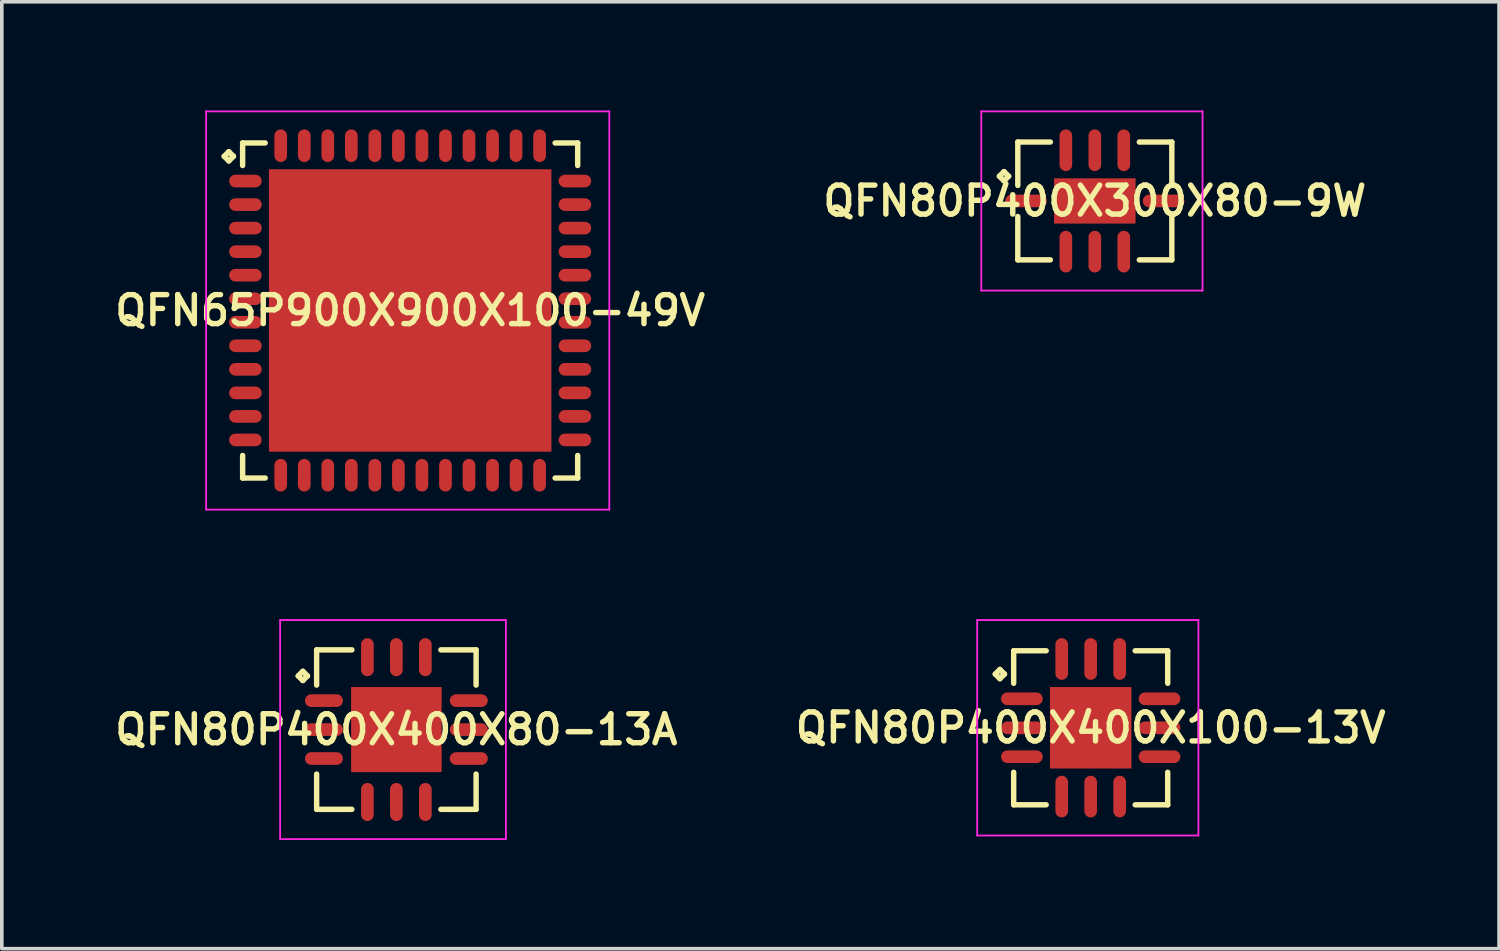
<source format=kicad_pcb>
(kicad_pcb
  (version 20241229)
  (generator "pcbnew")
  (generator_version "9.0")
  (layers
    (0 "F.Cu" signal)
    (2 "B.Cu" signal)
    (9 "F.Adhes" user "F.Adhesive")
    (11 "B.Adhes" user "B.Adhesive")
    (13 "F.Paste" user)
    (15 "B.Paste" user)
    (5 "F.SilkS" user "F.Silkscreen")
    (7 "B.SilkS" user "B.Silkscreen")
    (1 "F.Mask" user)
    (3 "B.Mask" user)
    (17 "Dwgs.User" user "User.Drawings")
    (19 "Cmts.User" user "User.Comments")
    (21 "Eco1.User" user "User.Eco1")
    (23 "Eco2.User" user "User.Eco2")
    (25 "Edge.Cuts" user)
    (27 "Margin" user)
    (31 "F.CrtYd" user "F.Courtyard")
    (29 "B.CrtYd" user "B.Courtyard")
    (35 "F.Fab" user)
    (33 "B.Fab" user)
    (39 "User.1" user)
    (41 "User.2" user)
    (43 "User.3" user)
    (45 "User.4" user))
  (footprint "QFN80P400X400X100-13V"
    (layer "F.Cu")
    (at 27.073 17.05)
    (property "Reference" "QFN80P400X400X100-13V" (at 0 0 0) (layer "F.SilkS") (effects (font (size 0.8 0.8) (thickness 0.15))))
    (attr smd)
    (fp_line (start -2.635 -1.483) (end -2.508 -1.61) (stroke (width 0.15) (type solid)) (layer "F.SilkS"))
    (fp_line (start -2.508 -1.61) (end -2.381 -1.483) (stroke (width 0.15) (type solid)) (layer "F.SilkS"))
    (fp_line (start -2.508 -1.356) (end -2.635 -1.483) (stroke (width 0.15) (type solid)) (layer "F.SilkS"))
    (fp_line (start -2.381 -1.483) (end -2.508 -1.356) (stroke (width 0.15) (type solid)) (layer "F.SilkS"))
    (fp_line (start -2.127 -2.127) (end -1.229 -2.127) (stroke (width 0.15) (type solid)) (layer "F.SilkS"))
    (fp_line (start -2.127 -1.229) (end -2.127 -2.127) (stroke (width 0.15) (type solid)) (layer "F.SilkS"))
    (fp_line (start -2.127 1.229) (end -2.127 2.127) (stroke (width 0.15) (type solid)) (layer "F.SilkS"))
    (fp_line (start -2.127 2.127) (end -1.229 2.127) (stroke (width 0.15) (type solid)) (layer "F.SilkS"))
    (fp_line (start 1.229 -2.127) (end 2.127 -2.127) (stroke (width 0.15) (type solid)) (layer "F.SilkS"))
    (fp_line (start 1.229 2.127) (end 2.127 2.127) (stroke (width 0.15) (type solid)) (layer "F.SilkS"))
    (fp_line (start 2.127 -2.127) (end 2.127 -1.229) (stroke (width 0.15) (type solid)) (layer "F.SilkS"))
    (fp_line (start 2.127 2.127) (end 2.127 1.229) (stroke (width 0.15) (type solid)) (layer "F.SilkS"))
    (fp_line (start -3.135 -2.975) (end 2.975 -2.975) (stroke (width 0.05) (type solid)) (layer "F.CrtYd"))
    (fp_line (start -3.135 2.975) (end -3.135 -2.975) (stroke (width 0.05) (type solid)) (layer "F.CrtYd"))
    (fp_line (start 2.975 -2.975) (end 2.975 2.975) (stroke (width 0.05) (type solid)) (layer "F.CrtYd"))
    (fp_line (start 2.975 2.975) (end -3.135 2.975) (stroke (width 0.05) (type solid)) (layer "F.CrtYd"))
    (pad "1" smd oval (at -1.9 -0.8) (size 1.15 0.35) (layers "F.Cu" "F.Mask" "F.Paste"))
    (pad "2" smd oval (at -1.9 0) (size 1.15 0.35) (layers "F.Cu" "F.Mask" "F.Paste"))
    (pad "3" smd oval (at -1.9 0.8) (size 1.15 0.35) (layers "F.Cu" "F.Mask" "F.Paste"))
    (pad "4" smd oval (at -0.8 1.9) (size 0.35 1.15) (layers "F.Cu" "F.Mask" "F.Paste"))
    (pad "5" smd oval (at 0 1.9) (size 0.35 1.15) (layers "F.Cu" "F.Mask" "F.Paste"))
    (pad "6" smd oval (at 0.8 1.9) (size 0.35 1.15) (layers "F.Cu" "F.Mask" "F.Paste"))
    (pad "7" smd oval (at 1.9 0.8) (size 1.15 0.35) (layers "F.Cu" "F.Mask" "F.Paste"))
    (pad "8" smd oval (at 1.9 0) (size 1.15 0.35) (layers "F.Cu" "F.Mask" "F.Paste"))
    (pad "9" smd oval (at 1.9 -0.8) (size 1.15 0.35) (layers "F.Cu" "F.Mask" "F.Paste"))
    (pad "10" smd oval (at 0.8 -1.9) (size 0.35 1.15) (layers "F.Cu" "F.Mask" "F.Paste"))
    (pad "11" smd oval (at 0 -1.9) (size 0.35 1.15) (layers "F.Cu" "F.Mask" "F.Paste"))
    (pad "12" smd oval (at -0.8 -1.9) (size 0.35 1.15) (layers "F.Cu" "F.Mask" "F.Paste"))
    (pad "13" smd rect (at 0 0) (size 2.25 2.25) (layers "F.Cu" "F.Mask" "F.Paste")))
  (footprint "QFN80P400X400X80-13A"
    (layer "F.Cu")
    (at 7.897 17.1)
    (property "Reference" "QFN80P400X400X80-13A" (at 0 0 0) (layer "F.SilkS") (effects (font (size 0.8 0.8) (thickness 0.15))))
    (attr smd)
    (fp_line (start -2.71 -1.483) (end -2.583 -1.61) (stroke (width 0.15) (type solid)) (layer "F.SilkS"))
    (fp_line (start -2.583 -1.61) (end -2.456 -1.483) (stroke (width 0.15) (type solid)) (layer "F.SilkS"))
    (fp_line (start -2.583 -1.356) (end -2.71 -1.483) (stroke (width 0.15) (type solid)) (layer "F.SilkS"))
    (fp_line (start -2.456 -1.483) (end -2.583 -1.356) (stroke (width 0.15) (type solid)) (layer "F.SilkS"))
    (fp_line (start -2.202 -2.202) (end -1.229 -2.202) (stroke (width 0.15) (type solid)) (layer "F.SilkS"))
    (fp_line (start -2.202 -1.229) (end -2.202 -2.202) (stroke (width 0.15) (type solid)) (layer "F.SilkS"))
    (fp_line (start -2.202 1.229) (end -2.202 2.202) (stroke (width 0.15) (type solid)) (layer "F.SilkS"))
    (fp_line (start -2.202 2.202) (end -1.229 2.202) (stroke (width 0.15) (type solid)) (layer "F.SilkS"))
    (fp_line (start 1.229 -2.202) (end 2.202 -2.202) (stroke (width 0.15) (type solid)) (layer "F.SilkS"))
    (fp_line (start 1.229 2.202) (end 2.202 2.202) (stroke (width 0.15) (type solid)) (layer "F.SilkS"))
    (fp_line (start 2.202 -2.202) (end 2.202 -1.229) (stroke (width 0.15) (type solid)) (layer "F.SilkS"))
    (fp_line (start 2.202 2.202) (end 2.202 1.229) (stroke (width 0.15) (type solid)) (layer "F.SilkS"))
    (fp_line (start -3.21 -3.025) (end 3.025 -3.025) (stroke (width 0.05) (type solid)) (layer "F.CrtYd"))
    (fp_line (start -3.21 3.025) (end -3.21 -3.025) (stroke (width 0.05) (type solid)) (layer "F.CrtYd"))
    (fp_line (start 3.025 -3.025) (end 3.025 3.025) (stroke (width 0.05) (type solid)) (layer "F.CrtYd"))
    (fp_line (start 3.025 3.025) (end -3.21 3.025) (stroke (width 0.05) (type solid)) (layer "F.CrtYd"))
    (pad "1" smd oval (at -2 -0.8) (size 1.05 0.35) (layers "F.Cu" "F.Mask" "F.Paste"))
    (pad "2" smd oval (at -2 0) (size 1.05 0.35) (layers "F.Cu" "F.Mask" "F.Paste"))
    (pad "3" smd oval (at -2 0.8) (size 1.05 0.35) (layers "F.Cu" "F.Mask" "F.Paste"))
    (pad "4" smd oval (at -0.8 2) (size 0.35 1.05) (layers "F.Cu" "F.Mask" "F.Paste"))
    (pad "5" smd oval (at 0 2) (size 0.35 1.05) (layers "F.Cu" "F.Mask" "F.Paste"))
    (pad "6" smd oval (at 0.8 2) (size 0.35 1.05) (layers "F.Cu" "F.Mask" "F.Paste"))
    (pad "7" smd oval (at 2 0.8) (size 1.05 0.35) (layers "F.Cu" "F.Mask" "F.Paste"))
    (pad "8" smd oval (at 2 0) (size 1.05 0.35) (layers "F.Cu" "F.Mask" "F.Paste"))
    (pad "9" smd oval (at 2 -0.8) (size 1.05 0.35) (layers "F.Cu" "F.Mask" "F.Paste"))
    (pad "10" smd oval (at 0.8 -2) (size 0.35 1.05) (layers "F.Cu" "F.Mask" "F.Paste"))
    (pad "11" smd oval (at 0 -2) (size 0.35 1.05) (layers "F.Cu" "F.Mask" "F.Paste"))
    (pad "12" smd oval (at -0.8 -2) (size 0.35 1.05) (layers "F.Cu" "F.Mask" "F.Paste"))
    (pad "13" smd rect (at 0 0) (size 2.5 2.35) (layers "F.Cu" "F.Mask" "F.Paste")))
  (footprint "QFN80P400X300X80-9W"
    (layer "F.Cu")
    (at 27.187 2.5)
    (property "Reference" "QFN80P400X300X80-9W" (at 0 0 0) (layer "F.SilkS") (effects (font (size 0.8 0.8) (thickness 0.15))))
    (attr smd)
    (fp_line (start -2.635 -0.683) (end -2.508 -0.81) (stroke (width 0.15) (type solid)) (layer "F.SilkS"))
    (fp_line (start -2.508 -0.81) (end -2.381 -0.683) (stroke (width 0.15) (type solid)) (layer "F.SilkS"))
    (fp_line (start -2.508 -0.556) (end -2.635 -0.683) (stroke (width 0.15) (type solid)) (layer "F.SilkS"))
    (fp_line (start -2.381 -0.683) (end -2.508 -0.556) (stroke (width 0.15) (type solid)) (layer "F.SilkS"))
    (fp_line (start -2.127 -1.627) (end -1.229 -1.627) (stroke (width 0.15) (type solid)) (layer "F.SilkS"))
    (fp_line (start -2.127 -0.429) (end -2.127 -1.627) (stroke (width 0.15) (type solid)) (layer "F.SilkS"))
    (fp_line (start -2.127 0.429) (end -2.127 1.627) (stroke (width 0.15) (type solid)) (layer "F.SilkS"))
    (fp_line (start -2.127 1.627) (end -1.229 1.627) (stroke (width 0.15) (type solid)) (layer "F.SilkS"))
    (fp_line (start 1.229 -1.627) (end 2.127 -1.627) (stroke (width 0.15) (type solid)) (layer "F.SilkS"))
    (fp_line (start 1.229 1.627) (end 2.127 1.627) (stroke (width 0.15) (type solid)) (layer "F.SilkS"))
    (fp_line (start 2.127 -1.627) (end 2.127 -0.429) (stroke (width 0.15) (type solid)) (layer "F.SilkS"))
    (fp_line (start 2.127 1.627) (end 2.127 0.429) (stroke (width 0.15) (type solid)) (layer "F.SilkS"))
    (fp_line (start -3.135 -2.475) (end 2.975 -2.475) (stroke (width 0.05) (type solid)) (layer "F.CrtYd"))
    (fp_line (start -3.135 2.475) (end -3.135 -2.475) (stroke (width 0.05) (type solid)) (layer "F.CrtYd"))
    (fp_line (start 2.975 -2.475) (end 2.975 2.475) (stroke (width 0.05) (type solid)) (layer "F.CrtYd"))
    (fp_line (start 2.975 2.475) (end -3.135 2.475) (stroke (width 0.05) (type solid)) (layer "F.CrtYd"))
    (pad "1" smd oval (at -1.9 0) (size 1.15 0.35) (layers "F.Cu" "F.Mask" "F.Paste"))
    (pad "2" smd oval (at -0.8 1.4) (size 0.35 1.15) (layers "F.Cu" "F.Mask" "F.Paste"))
    (pad "3" smd oval (at 0 1.4) (size 0.35 1.15) (layers "F.Cu" "F.Mask" "F.Paste"))
    (pad "4" smd oval (at 0.8 1.4) (size 0.35 1.15) (layers "F.Cu" "F.Mask" "F.Paste"))
    (pad "5" smd oval (at 1.9 0) (size 1.15 0.35) (layers "F.Cu" "F.Mask" "F.Paste"))
    (pad "6" smd oval (at 0.8 -1.4) (size 0.35 1.15) (layers "F.Cu" "F.Mask" "F.Paste"))
    (pad "7" smd oval (at 0 -1.4) (size 0.35 1.15) (layers "F.Cu" "F.Mask" "F.Paste"))
    (pad "8" smd oval (at -0.8 -1.4) (size 0.35 1.15) (layers "F.Cu" "F.Mask" "F.Paste"))
    (pad "9" smd rect (at 0 0) (size 2.25 1.25) (layers "F.Cu" "F.Mask" "F.Paste")))
  (footprint "QFN65P900X900X100-49V"
    (layer "F.Cu")
    (at 8.278 5.525)
    (property "Reference" "QFN65P900X900X100-49V" (at 0 0 0) (layer "F.SilkS") (effects (font (size 0.8 0.8) (thickness 0.15))))
    (attr smd)
    (fp_line (start -5.135 -4.258) (end -5.008 -4.385) (stroke (width 0.15) (type solid)) (layer "F.SilkS"))
    (fp_line (start -5.008 -4.385) (end -4.881 -4.258) (stroke (width 0.15) (type solid)) (layer "F.SilkS"))
    (fp_line (start -5.008 -4.131) (end -5.135 -4.258) (stroke (width 0.15) (type solid)) (layer "F.SilkS"))
    (fp_line (start -4.881 -4.258) (end -5.008 -4.131) (stroke (width 0.15) (type solid)) (layer "F.SilkS"))
    (fp_line (start -4.627 -4.627) (end -4.004 -4.627) (stroke (width 0.15) (type solid)) (layer "F.SilkS"))
    (fp_line (start -4.627 -4.004) (end -4.627 -4.627) (stroke (width 0.15) (type solid)) (layer "F.SilkS"))
    (fp_line (start -4.627 4.004) (end -4.627 4.627) (stroke (width 0.15) (type solid)) (layer "F.SilkS"))
    (fp_line (start -4.627 4.627) (end -4.004 4.627) (stroke (width 0.15) (type solid)) (layer "F.SilkS"))
    (fp_line (start 4.004 -4.627) (end 4.627 -4.627) (stroke (width 0.15) (type solid)) (layer "F.SilkS"))
    (fp_line (start 4.004 4.627) (end 4.627 4.627) (stroke (width 0.15) (type solid)) (layer "F.SilkS"))
    (fp_line (start 4.627 -4.627) (end 4.627 -4.004) (stroke (width 0.15) (type solid)) (layer "F.SilkS"))
    (fp_line (start 4.627 4.627) (end 4.627 4.004) (stroke (width 0.15) (type solid)) (layer "F.SilkS"))
    (fp_line (start -5.635 -5.5) (end 5.5 -5.5) (stroke (width 0.05) (type solid)) (layer "F.CrtYd"))
    (fp_line (start -5.635 5.5) (end -5.635 -5.5) (stroke (width 0.05) (type solid)) (layer "F.CrtYd"))
    (fp_line (start 5.5 -5.5) (end 5.5 5.5) (stroke (width 0.05) (type solid)) (layer "F.CrtYd"))
    (fp_line (start 5.5 5.5) (end -5.635 5.5) (stroke (width 0.05) (type solid)) (layer "F.CrtYd"))
    (pad "1" smd oval (at -4.55 -3.575) (size 0.9 0.35) (layers "F.Cu" "F.Mask" "F.Paste"))
    (pad "2" smd oval (at -4.55 -2.925) (size 0.9 0.35) (layers "F.Cu" "F.Mask" "F.Paste"))
    (pad "3" smd oval (at -4.55 -2.275) (size 0.9 0.35) (layers "F.Cu" "F.Mask" "F.Paste"))
    (pad "4" smd oval (at -4.55 -1.625) (size 0.9 0.35) (layers "F.Cu" "F.Mask" "F.Paste"))
    (pad "5" smd oval (at -4.55 -0.975) (size 0.9 0.35) (layers "F.Cu" "F.Mask" "F.Paste"))
    (pad "6" smd oval (at -4.55 -0.325) (size 0.9 0.35) (layers "F.Cu" "F.Mask" "F.Paste"))
    (pad "7" smd oval (at -4.55 0.325) (size 0.9 0.35) (layers "F.Cu" "F.Mask" "F.Paste"))
    (pad "8" smd oval (at -4.55 0.975) (size 0.9 0.35) (layers "F.Cu" "F.Mask" "F.Paste"))
    (pad "9" smd oval (at -4.55 1.625) (size 0.9 0.35) (layers "F.Cu" "F.Mask" "F.Paste"))
    (pad "10" smd oval (at -4.55 2.275) (size 0.9 0.35) (layers "F.Cu" "F.Mask" "F.Paste"))
    (pad "11" smd oval (at -4.55 2.925) (size 0.9 0.35) (layers "F.Cu" "F.Mask" "F.Paste"))
    (pad "12" smd oval (at -4.55 3.575) (size 0.9 0.35) (layers "F.Cu" "F.Mask" "F.Paste"))
    (pad "13" smd oval (at -3.575 4.55) (size 0.35 0.9) (layers "F.Cu" "F.Mask" "F.Paste"))
    (pad "14" smd oval (at -2.925 4.55) (size 0.35 0.9) (layers "F.Cu" "F.Mask" "F.Paste"))
    (pad "15" smd oval (at -2.275 4.55) (size 0.35 0.9) (layers "F.Cu" "F.Mask" "F.Paste"))
    (pad "16" smd oval (at -1.625 4.55) (size 0.35 0.9) (layers "F.Cu" "F.Mask" "F.Paste"))
    (pad "17" smd oval (at -0.975 4.55) (size 0.35 0.9) (layers "F.Cu" "F.Mask" "F.Paste"))
    (pad "18" smd oval (at -0.325 4.55) (size 0.35 0.9) (layers "F.Cu" "F.Mask" "F.Paste"))
    (pad "19" smd oval (at 0.325 4.55) (size 0.35 0.9) (layers "F.Cu" "F.Mask" "F.Paste"))
    (pad "20" smd oval (at 0.975 4.55) (size 0.35 0.9) (layers "F.Cu" "F.Mask" "F.Paste"))
    (pad "21" smd oval (at 1.625 4.55) (size 0.35 0.9) (layers "F.Cu" "F.Mask" "F.Paste"))
    (pad "22" smd oval (at 2.275 4.55) (size 0.35 0.9) (layers "F.Cu" "F.Mask" "F.Paste"))
    (pad "23" smd oval (at 2.925 4.55) (size 0.35 0.9) (layers "F.Cu" "F.Mask" "F.Paste"))
    (pad "24" smd oval (at 3.575 4.55) (size 0.35 0.9) (layers "F.Cu" "F.Mask" "F.Paste"))
    (pad "25" smd oval (at 4.55 3.575) (size 0.9 0.35) (layers "F.Cu" "F.Mask" "F.Paste"))
    (pad "26" smd oval (at 4.55 2.925) (size 0.9 0.35) (layers "F.Cu" "F.Mask" "F.Paste"))
    (pad "27" smd oval (at 4.55 2.275) (size 0.9 0.35) (layers "F.Cu" "F.Mask" "F.Paste"))
    (pad "28" smd oval (at 4.55 1.625) (size 0.9 0.35) (layers "F.Cu" "F.Mask" "F.Paste"))
    (pad "29" smd oval (at 4.55 0.975) (size 0.9 0.35) (layers "F.Cu" "F.Mask" "F.Paste"))
    (pad "30" smd oval (at 4.55 0.325) (size 0.9 0.35) (layers "F.Cu" "F.Mask" "F.Paste"))
    (pad "31" smd oval (at 4.55 -0.325) (size 0.9 0.35) (layers "F.Cu" "F.Mask" "F.Paste"))
    (pad "32" smd oval (at 4.55 -0.975) (size 0.9 0.35) (layers "F.Cu" "F.Mask" "F.Paste"))
    (pad "33" smd oval (at 4.55 -1.625) (size 0.9 0.35) (layers "F.Cu" "F.Mask" "F.Paste"))
    (pad "34" smd oval (at 4.55 -2.275) (size 0.9 0.35) (layers "F.Cu" "F.Mask" "F.Paste"))
    (pad "35" smd oval (at 4.55 -2.925) (size 0.9 0.35) (layers "F.Cu" "F.Mask" "F.Paste"))
    (pad "36" smd oval (at 4.55 -3.575) (size 0.9 0.35) (layers "F.Cu" "F.Mask" "F.Paste"))
    (pad "37" smd oval (at 3.575 -4.55) (size 0.35 0.9) (layers "F.Cu" "F.Mask" "F.Paste"))
    (pad "38" smd oval (at 2.925 -4.55) (size 0.35 0.9) (layers "F.Cu" "F.Mask" "F.Paste"))
    (pad "39" smd oval (at 2.275 -4.55) (size 0.35 0.9) (layers "F.Cu" "F.Mask" "F.Paste"))
    (pad "40" smd oval (at 1.625 -4.55) (size 0.35 0.9) (layers "F.Cu" "F.Mask" "F.Paste"))
    (pad "41" smd oval (at 0.975 -4.55) (size 0.35 0.9) (layers "F.Cu" "F.Mask" "F.Paste"))
    (pad "42" smd oval (at 0.325 -4.55) (size 0.35 0.9) (layers "F.Cu" "F.Mask" "F.Paste"))
    (pad "43" smd oval (at -0.325 -4.55) (size 0.35 0.9) (layers "F.Cu" "F.Mask" "F.Paste"))
    (pad "44" smd oval (at -0.975 -4.55) (size 0.35 0.9) (layers "F.Cu" "F.Mask" "F.Paste"))
    (pad "45" smd oval (at -1.625 -4.55) (size 0.35 0.9) (layers "F.Cu" "F.Mask" "F.Paste"))
    (pad "46" smd oval (at -2.275 -4.55) (size 0.35 0.9) (layers "F.Cu" "F.Mask" "F.Paste"))
    (pad "47" smd oval (at -2.925 -4.55) (size 0.35 0.9) (layers "F.Cu" "F.Mask" "F.Paste"))
    (pad "48" smd oval (at -3.575 -4.55) (size 0.35 0.9) (layers "F.Cu" "F.Mask" "F.Paste"))
    (pad "49" smd rect (at 0 0) (size 7.8 7.8) (layers "F.Cu" "F.Mask" "F.Paste")))
  (gr_rect
    (start -3 -3)
    (end 38.351 23.15)
    (stroke (width 0.1) (type default))
    (fill no)
    (layer "Edge.Cuts")))
</source>
